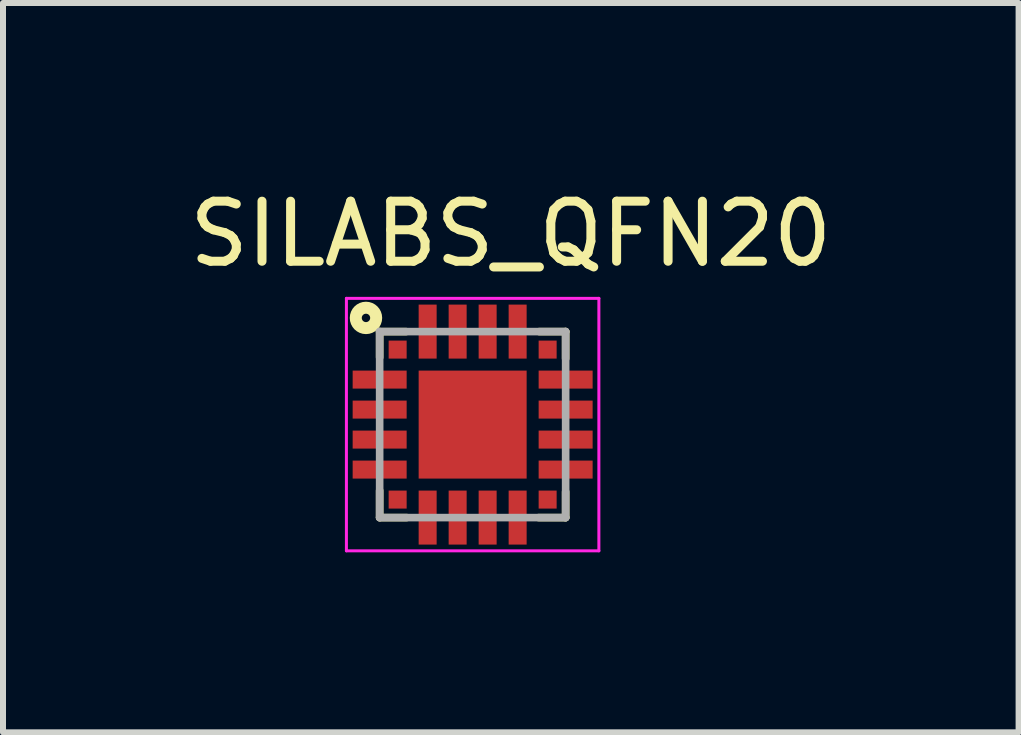
<source format=kicad_pcb>
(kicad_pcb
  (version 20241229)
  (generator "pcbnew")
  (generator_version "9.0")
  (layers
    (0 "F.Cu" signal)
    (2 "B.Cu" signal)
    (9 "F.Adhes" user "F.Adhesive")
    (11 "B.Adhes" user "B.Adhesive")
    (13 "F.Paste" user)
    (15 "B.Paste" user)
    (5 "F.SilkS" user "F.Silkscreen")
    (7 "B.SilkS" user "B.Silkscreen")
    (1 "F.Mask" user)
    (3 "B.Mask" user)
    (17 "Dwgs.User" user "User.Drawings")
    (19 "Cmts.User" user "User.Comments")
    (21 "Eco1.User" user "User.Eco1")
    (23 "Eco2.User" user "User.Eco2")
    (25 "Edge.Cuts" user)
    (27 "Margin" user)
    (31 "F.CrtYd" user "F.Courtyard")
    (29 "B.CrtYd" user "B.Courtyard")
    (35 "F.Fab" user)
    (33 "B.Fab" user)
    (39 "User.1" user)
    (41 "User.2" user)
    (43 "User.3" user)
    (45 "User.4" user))
  (footprint "SILABS_QFN20"
    (layer "F.Cu")
    (at 4.828 4.027)
    (property "Reference" "SILABS_QFN20" (at 0.636 -3.178 0) (layer "F.SilkS") (effects (font (size 1.001 1.001) (thickness 0.15))))
    (attr through_hole)
    (fp_line (start -1.55 -1.55) (end -1.55 -1.12) (stroke (width 0.127) (type solid)) (layer "F.SilkS"))
    (fp_line (start -1.55 -1.55) (end -1.11 -1.55) (stroke (width 0.127) (type solid)) (layer "F.SilkS"))
    (fp_line (start -1.55 1.55) (end -1.55 1.1) (stroke (width 0.127) (type solid)) (layer "F.SilkS"))
    (fp_line (start -1.55 1.55) (end -1.1 1.55) (stroke (width 0.127) (type solid)) (layer "F.SilkS"))
    (fp_line (start 1.1 1.55) (end 1.55 1.55) (stroke (width 0.127) (type solid)) (layer "F.SilkS"))
    (fp_line (start 1.11 -1.55) (end 1.55 -1.55) (stroke (width 0.127) (type solid)) (layer "F.SilkS"))
    (fp_line (start 1.55 -1.55) (end 1.55 -1.1) (stroke (width 0.127) (type solid)) (layer "F.SilkS"))
    (fp_line (start 1.55 1.55) (end 1.55 1.12) (stroke (width 0.127) (type solid)) (layer "F.SilkS"))
    (fp_circle (center -1.778 -1.778) (end -1.708 -1.778) (stroke (width 0.2) (type solid)) (fill no) (layer "F.SilkS"))
    (fp_line (start -2.104 -2.104) (end 2.104 -2.104) (stroke (width 0.05) (type solid)) (layer "F.CrtYd"))
    (fp_line (start -2.104 2.104) (end -2.104 -2.104) (stroke (width 0.05) (type solid)) (layer "F.CrtYd"))
    (fp_line (start 2.104 -2.104) (end 2.104 2.104) (stroke (width 0.05) (type solid)) (layer "F.CrtYd"))
    (fp_line (start 2.104 2.104) (end -2.104 2.104) (stroke (width 0.05) (type solid)) (layer "F.CrtYd"))
    (fp_line (start -1.55 -1.55) (end 1.55 -1.55) (stroke (width 0.127) (type solid)) (layer "F.Fab"))
    (fp_line (start -1.55 1.55) (end -1.55 -1.55) (stroke (width 0.127) (type solid)) (layer "F.Fab"))
    (fp_line (start 1.55 -1.55) (end 1.55 1.55) (stroke (width 0.127) (type solid)) (layer "F.Fab"))
    (fp_line (start 1.55 1.55) (end -1.55 1.55) (stroke (width 0.127) (type solid)) (layer "F.Fab"))
    (pad "1" smd rect (at -1.25 -1.25) (size 0.3 0.3) (layers "F.Cu" "F.Mask" "F.Paste"))
    (pad "2" smd rect (at -1.55 -0.75) (size 0.9 0.3) (layers "F.Cu" "F.Mask" "F.Paste"))
    (pad "3" smd rect (at -1.55 -0.25) (size 0.9 0.3) (layers "F.Cu" "F.Mask" "F.Paste"))
    (pad "4" smd rect (at -1.55 0.25) (size 0.9 0.3) (layers "F.Cu" "F.Mask" "F.Paste"))
    (pad "5" smd rect (at -1.55 0.75) (size 0.9 0.3) (layers "F.Cu" "F.Mask" "F.Paste"))
    (pad "6" smd rect (at -1.25 1.25) (size 0.3 0.3) (layers "F.Cu" "F.Mask" "F.Paste"))
    (pad "7" smd rect (at -0.75 1.55) (size 0.3 0.9) (layers "F.Cu" "F.Mask" "F.Paste"))
    (pad "8" smd rect (at -0.25 1.55) (size 0.3 0.9) (layers "F.Cu" "F.Mask" "F.Paste"))
    (pad "9" smd rect (at 0.25 1.55) (size 0.3 0.9) (layers "F.Cu" "F.Mask" "F.Paste"))
    (pad "10" smd rect (at 0.75 1.55) (size 0.3 0.9) (layers "F.Cu" "F.Mask" "F.Paste"))
    (pad "11" smd rect (at 1.25 1.25) (size 0.3 0.3) (layers "F.Cu" "F.Mask" "F.Paste"))
    (pad "12" smd rect (at 1.55 0.75) (size 0.9 0.3) (layers "F.Cu" "F.Mask" "F.Paste"))
    (pad "13" smd rect (at 1.55 0.25) (size 0.9 0.3) (layers "F.Cu" "F.Mask" "F.Paste"))
    (pad "14" smd rect (at 1.55 -0.25) (size 0.9 0.3) (layers "F.Cu" "F.Mask" "F.Paste"))
    (pad "15" smd rect (at 1.55 -0.75) (size 0.9 0.3) (layers "F.Cu" "F.Mask" "F.Paste"))
    (pad "16" smd rect (at 1.25 -1.25) (size 0.3 0.3) (layers "F.Cu" "F.Mask" "F.Paste"))
    (pad "17" smd rect (at 0.75 -1.55) (size 0.3 0.9) (layers "F.Cu" "F.Mask" "F.Paste"))
    (pad "18" smd rect (at 0.25 -1.55) (size 0.3 0.9) (layers "F.Cu" "F.Mask" "F.Paste"))
    (pad "19" smd rect (at -0.25 -1.55) (size 0.3 0.9) (layers "F.Cu" "F.Mask" "F.Paste"))
    (pad "20" smd rect (at -0.75 -1.55) (size 0.3 0.9) (layers "F.Cu" "F.Mask" "F.Paste"))
    (pad "21" smd rect (at 0 0) (size 1.8 1.8) (layers "F.Cu" "F.Mask" "F.Paste")))
  (gr_rect
    (start -3 -3)
    (end 13.928 9.156)
    (stroke (width 0.1) (type default))
    (fill no)
    (layer "Edge.Cuts")))
</source>
